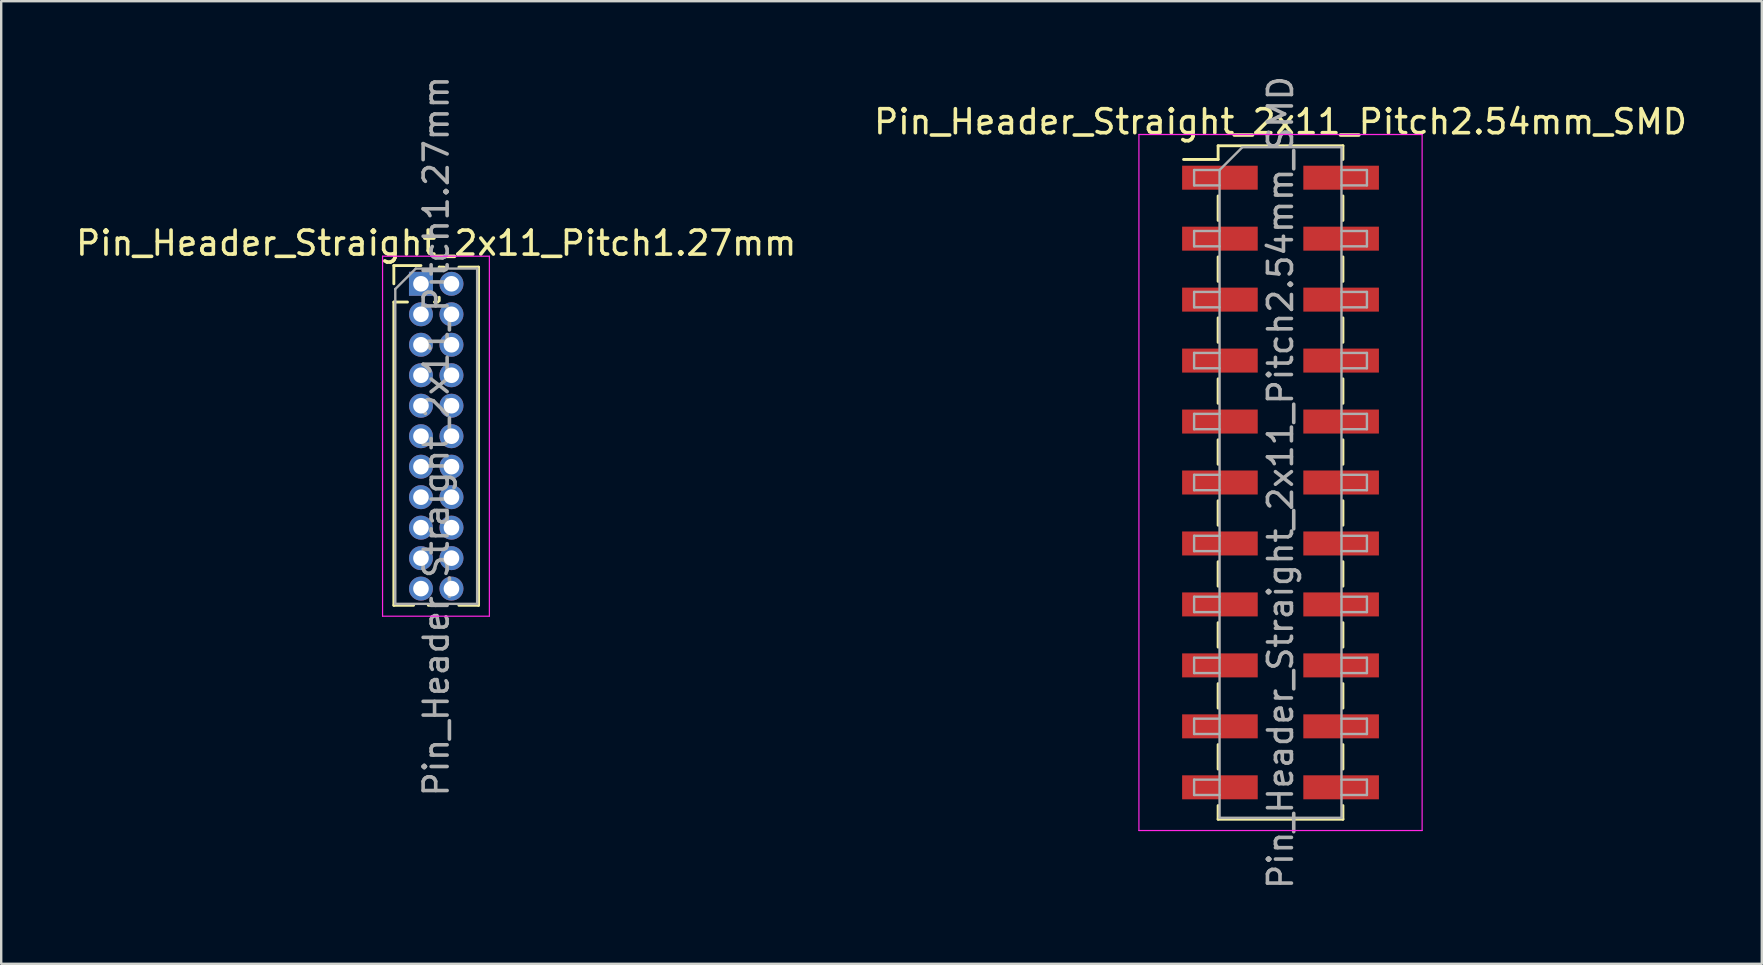
<source format=kicad_pcb>
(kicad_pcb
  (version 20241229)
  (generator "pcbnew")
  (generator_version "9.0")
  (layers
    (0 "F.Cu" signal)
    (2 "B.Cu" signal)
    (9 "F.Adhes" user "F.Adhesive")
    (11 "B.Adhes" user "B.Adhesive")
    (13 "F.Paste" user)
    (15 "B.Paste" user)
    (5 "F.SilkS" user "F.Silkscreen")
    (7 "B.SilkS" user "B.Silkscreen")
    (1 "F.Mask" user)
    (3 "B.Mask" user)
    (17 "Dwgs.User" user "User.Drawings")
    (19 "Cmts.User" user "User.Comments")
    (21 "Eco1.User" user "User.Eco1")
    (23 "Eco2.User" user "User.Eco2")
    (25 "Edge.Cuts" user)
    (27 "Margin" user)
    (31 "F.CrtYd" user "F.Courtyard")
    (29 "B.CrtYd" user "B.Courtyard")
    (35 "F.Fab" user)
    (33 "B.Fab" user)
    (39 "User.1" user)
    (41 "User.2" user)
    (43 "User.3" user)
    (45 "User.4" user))
  (footprint "Pin_Header_Straight_2x11_Pitch2.54mm_SMD"
    (layer "F.Cu")
    (at 50.304 17.054)
    (property "Reference" "Pin_Header_Straight_2x11_Pitch2.54mm_SMD" (at 0 -15.03 0) (layer "F.SilkS") (effects (font (size 1 1) (thickness 0.15))))
    (attr smd)
    (fp_line (start -4.04 -13.46) (end -2.6 -13.46) (stroke (width 0.12) (type solid)) (layer "F.SilkS"))
    (fp_line (start -2.6 -14.03) (end -2.6 -13.46) (stroke (width 0.12) (type solid)) (layer "F.SilkS"))
    (fp_line (start -2.6 -14.03) (end 2.6 -14.03) (stroke (width 0.12) (type solid)) (layer "F.SilkS"))
    (fp_line (start -2.6 -11.94) (end -2.6 -10.92) (stroke (width 0.12) (type solid)) (layer "F.SilkS"))
    (fp_line (start -2.6 -9.4) (end -2.6 -8.38) (stroke (width 0.12) (type solid)) (layer "F.SilkS"))
    (fp_line (start -2.6 -6.86) (end -2.6 -5.84) (stroke (width 0.12) (type solid)) (layer "F.SilkS"))
    (fp_line (start -2.6 -4.32) (end -2.6 -3.3) (stroke (width 0.12) (type solid)) (layer "F.SilkS"))
    (fp_line (start -2.6 -1.78) (end -2.6 -0.76) (stroke (width 0.12) (type solid)) (layer "F.SilkS"))
    (fp_line (start -2.6 0.76) (end -2.6 1.78) (stroke (width 0.12) (type solid)) (layer "F.SilkS"))
    (fp_line (start -2.6 3.3) (end -2.6 4.32) (stroke (width 0.12) (type solid)) (layer "F.SilkS"))
    (fp_line (start -2.6 5.84) (end -2.6 6.86) (stroke (width 0.12) (type solid)) (layer "F.SilkS"))
    (fp_line (start -2.6 8.38) (end -2.6 9.4) (stroke (width 0.12) (type solid)) (layer "F.SilkS"))
    (fp_line (start -2.6 10.92) (end -2.6 11.94) (stroke (width 0.12) (type solid)) (layer "F.SilkS"))
    (fp_line (start -2.6 13.46) (end -2.6 14.03) (stroke (width 0.12) (type solid)) (layer "F.SilkS"))
    (fp_line (start -2.6 14.03) (end 2.6 14.03) (stroke (width 0.12) (type solid)) (layer "F.SilkS"))
    (fp_line (start 2.6 -14.03) (end 2.6 -13.46) (stroke (width 0.12) (type solid)) (layer "F.SilkS"))
    (fp_line (start 2.6 -11.94) (end 2.6 -10.92) (stroke (width 0.12) (type solid)) (layer "F.SilkS"))
    (fp_line (start 2.6 -9.4) (end 2.6 -8.38) (stroke (width 0.12) (type solid)) (layer "F.SilkS"))
    (fp_line (start 2.6 -6.86) (end 2.6 -5.84) (stroke (width 0.12) (type solid)) (layer "F.SilkS"))
    (fp_line (start 2.6 -4.32) (end 2.6 -3.3) (stroke (width 0.12) (type solid)) (layer "F.SilkS"))
    (fp_line (start 2.6 -1.78) (end 2.6 -0.76) (stroke (width 0.12) (type solid)) (layer "F.SilkS"))
    (fp_line (start 2.6 0.76) (end 2.6 1.78) (stroke (width 0.12) (type solid)) (layer "F.SilkS"))
    (fp_line (start 2.6 3.3) (end 2.6 4.32) (stroke (width 0.12) (type solid)) (layer "F.SilkS"))
    (fp_line (start 2.6 5.84) (end 2.6 6.86) (stroke (width 0.12) (type solid)) (layer "F.SilkS"))
    (fp_line (start 2.6 8.38) (end 2.6 9.4) (stroke (width 0.12) (type solid)) (layer "F.SilkS"))
    (fp_line (start 2.6 10.92) (end 2.6 11.94) (stroke (width 0.12) (type solid)) (layer "F.SilkS"))
    (fp_line (start 2.6 13.46) (end 2.6 14.03) (stroke (width 0.12) (type solid)) (layer "F.SilkS"))
    (fp_line (start -5.9 -14.5) (end -5.9 14.5) (stroke (width 0.05) (type solid)) (layer "F.CrtYd"))
    (fp_line (start -5.9 14.5) (end 5.9 14.5) (stroke (width 0.05) (type solid)) (layer "F.CrtYd"))
    (fp_line (start 5.9 -14.5) (end -5.9 -14.5) (stroke (width 0.05) (type solid)) (layer "F.CrtYd"))
    (fp_line (start 5.9 14.5) (end 5.9 -14.5) (stroke (width 0.05) (type solid)) (layer "F.CrtYd"))
    (fp_line (start -3.6 -13.02) (end -3.6 -12.38) (stroke (width 0.1) (type solid)) (layer "F.Fab"))
    (fp_line (start -3.6 -12.38) (end -2.54 -12.38) (stroke (width 0.1) (type solid)) (layer "F.Fab"))
    (fp_line (start -3.6 -10.48) (end -3.6 -9.84) (stroke (width 0.1) (type solid)) (layer "F.Fab"))
    (fp_line (start -3.6 -9.84) (end -2.54 -9.84) (stroke (width 0.1) (type solid)) (layer "F.Fab"))
    (fp_line (start -3.6 -7.94) (end -3.6 -7.3) (stroke (width 0.1) (type solid)) (layer "F.Fab"))
    (fp_line (start -3.6 -7.3) (end -2.54 -7.3) (stroke (width 0.1) (type solid)) (layer "F.Fab"))
    (fp_line (start -3.6 -5.4) (end -3.6 -4.76) (stroke (width 0.1) (type solid)) (layer "F.Fab"))
    (fp_line (start -3.6 -4.76) (end -2.54 -4.76) (stroke (width 0.1) (type solid)) (layer "F.Fab"))
    (fp_line (start -3.6 -2.86) (end -3.6 -2.22) (stroke (width 0.1) (type solid)) (layer "F.Fab"))
    (fp_line (start -3.6 -2.22) (end -2.54 -2.22) (stroke (width 0.1) (type solid)) (layer "F.Fab"))
    (fp_line (start -3.6 -0.32) (end -3.6 0.32) (stroke (width 0.1) (type solid)) (layer "F.Fab"))
    (fp_line (start -3.6 0.32) (end -2.54 0.32) (stroke (width 0.1) (type solid)) (layer "F.Fab"))
    (fp_line (start -3.6 2.22) (end -3.6 2.86) (stroke (width 0.1) (type solid)) (layer "F.Fab"))
    (fp_line (start -3.6 2.86) (end -2.54 2.86) (stroke (width 0.1) (type solid)) (layer "F.Fab"))
    (fp_line (start -3.6 4.76) (end -3.6 5.4) (stroke (width 0.1) (type solid)) (layer "F.Fab"))
    (fp_line (start -3.6 5.4) (end -2.54 5.4) (stroke (width 0.1) (type solid)) (layer "F.Fab"))
    (fp_line (start -3.6 7.3) (end -3.6 7.94) (stroke (width 0.1) (type solid)) (layer "F.Fab"))
    (fp_line (start -3.6 7.94) (end -2.54 7.94) (stroke (width 0.1) (type solid)) (layer "F.Fab"))
    (fp_line (start -3.6 9.84) (end -3.6 10.48) (stroke (width 0.1) (type solid)) (layer "F.Fab"))
    (fp_line (start -3.6 10.48) (end -2.54 10.48) (stroke (width 0.1) (type solid)) (layer "F.Fab"))
    (fp_line (start -3.6 12.38) (end -3.6 13.02) (stroke (width 0.1) (type solid)) (layer "F.Fab"))
    (fp_line (start -3.6 13.02) (end -2.54 13.02) (stroke (width 0.1) (type solid)) (layer "F.Fab"))
    (fp_line (start -2.54 -13.02) (end -3.6 -13.02) (stroke (width 0.1) (type solid)) (layer "F.Fab"))
    (fp_line (start -2.54 -13.02) (end -1.59 -13.97) (stroke (width 0.1) (type solid)) (layer "F.Fab"))
    (fp_line (start -2.54 -10.48) (end -3.6 -10.48) (stroke (width 0.1) (type solid)) (layer "F.Fab"))
    (fp_line (start -2.54 -7.94) (end -3.6 -7.94) (stroke (width 0.1) (type solid)) (layer "F.Fab"))
    (fp_line (start -2.54 -5.4) (end -3.6 -5.4) (stroke (width 0.1) (type solid)) (layer "F.Fab"))
    (fp_line (start -2.54 -2.86) (end -3.6 -2.86) (stroke (width 0.1) (type solid)) (layer "F.Fab"))
    (fp_line (start -2.54 -0.32) (end -3.6 -0.32) (stroke (width 0.1) (type solid)) (layer "F.Fab"))
    (fp_line (start -2.54 2.22) (end -3.6 2.22) (stroke (width 0.1) (type solid)) (layer "F.Fab"))
    (fp_line (start -2.54 4.76) (end -3.6 4.76) (stroke (width 0.1) (type solid)) (layer "F.Fab"))
    (fp_line (start -2.54 7.3) (end -3.6 7.3) (stroke (width 0.1) (type solid)) (layer "F.Fab"))
    (fp_line (start -2.54 9.84) (end -3.6 9.84) (stroke (width 0.1) (type solid)) (layer "F.Fab"))
    (fp_line (start -2.54 12.38) (end -3.6 12.38) (stroke (width 0.1) (type solid)) (layer "F.Fab"))
    (fp_line (start -2.54 13.97) (end -2.54 -13.02) (stroke (width 0.1) (type solid)) (layer "F.Fab"))
    (fp_line (start -1.59 -13.97) (end 2.54 -13.97) (stroke (width 0.1) (type solid)) (layer "F.Fab"))
    (fp_line (start 2.54 -13.97) (end 2.54 13.97) (stroke (width 0.1) (type solid)) (layer "F.Fab"))
    (fp_line (start 2.54 -13.02) (end 3.6 -13.02) (stroke (width 0.1) (type solid)) (layer "F.Fab"))
    (fp_line (start 2.54 -10.48) (end 3.6 -10.48) (stroke (width 0.1) (type solid)) (layer "F.Fab"))
    (fp_line (start 2.54 -7.94) (end 3.6 -7.94) (stroke (width 0.1) (type solid)) (layer "F.Fab"))
    (fp_line (start 2.54 -5.4) (end 3.6 -5.4) (stroke (width 0.1) (type solid)) (layer "F.Fab"))
    (fp_line (start 2.54 -2.86) (end 3.6 -2.86) (stroke (width 0.1) (type solid)) (layer "F.Fab"))
    (fp_line (start 2.54 -0.32) (end 3.6 -0.32) (stroke (width 0.1) (type solid)) (layer "F.Fab"))
    (fp_line (start 2.54 2.22) (end 3.6 2.22) (stroke (width 0.1) (type solid)) (layer "F.Fab"))
    (fp_line (start 2.54 4.76) (end 3.6 4.76) (stroke (width 0.1) (type solid)) (layer "F.Fab"))
    (fp_line (start 2.54 7.3) (end 3.6 7.3) (stroke (width 0.1) (type solid)) (layer "F.Fab"))
    (fp_line (start 2.54 9.84) (end 3.6 9.84) (stroke (width 0.1) (type solid)) (layer "F.Fab"))
    (fp_line (start 2.54 12.38) (end 3.6 12.38) (stroke (width 0.1) (type solid)) (layer "F.Fab"))
    (fp_line (start 2.54 13.97) (end -2.54 13.97) (stroke (width 0.1) (type solid)) (layer "F.Fab"))
    (fp_line (start 3.6 -13.02) (end 3.6 -12.38) (stroke (width 0.1) (type solid)) (layer "F.Fab"))
    (fp_line (start 3.6 -12.38) (end 2.54 -12.38) (stroke (width 0.1) (type solid)) (layer "F.Fab"))
    (fp_line (start 3.6 -10.48) (end 3.6 -9.84) (stroke (width 0.1) (type solid)) (layer "F.Fab"))
    (fp_line (start 3.6 -9.84) (end 2.54 -9.84) (stroke (width 0.1) (type solid)) (layer "F.Fab"))
    (fp_line (start 3.6 -7.94) (end 3.6 -7.3) (stroke (width 0.1) (type solid)) (layer "F.Fab"))
    (fp_line (start 3.6 -7.3) (end 2.54 -7.3) (stroke (width 0.1) (type solid)) (layer "F.Fab"))
    (fp_line (start 3.6 -5.4) (end 3.6 -4.76) (stroke (width 0.1) (type solid)) (layer "F.Fab"))
    (fp_line (start 3.6 -4.76) (end 2.54 -4.76) (stroke (width 0.1) (type solid)) (layer "F.Fab"))
    (fp_line (start 3.6 -2.86) (end 3.6 -2.22) (stroke (width 0.1) (type solid)) (layer "F.Fab"))
    (fp_line (start 3.6 -2.22) (end 2.54 -2.22) (stroke (width 0.1) (type solid)) (layer "F.Fab"))
    (fp_line (start 3.6 -0.32) (end 3.6 0.32) (stroke (width 0.1) (type solid)) (layer "F.Fab"))
    (fp_line (start 3.6 0.32) (end 2.54 0.32) (stroke (width 0.1) (type solid)) (layer "F.Fab"))
    (fp_line (start 3.6 2.22) (end 3.6 2.86) (stroke (width 0.1) (type solid)) (layer "F.Fab"))
    (fp_line (start 3.6 2.86) (end 2.54 2.86) (stroke (width 0.1) (type solid)) (layer "F.Fab"))
    (fp_line (start 3.6 4.76) (end 3.6 5.4) (stroke (width 0.1) (type solid)) (layer "F.Fab"))
    (fp_line (start 3.6 5.4) (end 2.54 5.4) (stroke (width 0.1) (type solid)) (layer "F.Fab"))
    (fp_line (start 3.6 7.3) (end 3.6 7.94) (stroke (width 0.1) (type solid)) (layer "F.Fab"))
    (fp_line (start 3.6 7.94) (end 2.54 7.94) (stroke (width 0.1) (type solid)) (layer "F.Fab"))
    (fp_line (start 3.6 9.84) (end 3.6 10.48) (stroke (width 0.1) (type solid)) (layer "F.Fab"))
    (fp_line (start 3.6 10.48) (end 2.54 10.48) (stroke (width 0.1) (type solid)) (layer "F.Fab"))
    (fp_line (start 3.6 12.38) (end 3.6 13.02) (stroke (width 0.1) (type solid)) (layer "F.Fab"))
    (fp_line (start 3.6 13.02) (end 2.54 13.02) (stroke (width 0.1) (type solid)) (layer "F.Fab"))
    (fp_text user "${REFERENCE}" (at 0 0 90) (layer "F.Fab") (effects (font (size 1 1) (thickness 0.15))))
    (pad "1" smd rect (at -2.525 -12.7) (size 3.15 1) (layers "F.Cu" "F.Mask" "F.Paste"))
    (pad "2" smd rect (at 2.525 -12.7) (size 3.15 1) (layers "F.Cu" "F.Mask" "F.Paste"))
    (pad "3" smd rect (at -2.525 -10.16) (size 3.15 1) (layers "F.Cu" "F.Mask" "F.Paste"))
    (pad "4" smd rect (at 2.525 -10.16) (size 3.15 1) (layers "F.Cu" "F.Mask" "F.Paste"))
    (pad "5" smd rect (at -2.525 -7.62) (size 3.15 1) (layers "F.Cu" "F.Mask" "F.Paste"))
    (pad "6" smd rect (at 2.525 -7.62) (size 3.15 1) (layers "F.Cu" "F.Mask" "F.Paste"))
    (pad "7" smd rect (at -2.525 -5.08) (size 3.15 1) (layers "F.Cu" "F.Mask" "F.Paste"))
    (pad "8" smd rect (at 2.525 -5.08) (size 3.15 1) (layers "F.Cu" "F.Mask" "F.Paste"))
    (pad "9" smd rect (at -2.525 -2.54) (size 3.15 1) (layers "F.Cu" "F.Mask" "F.Paste"))
    (pad "10" smd rect (at 2.525 -2.54) (size 3.15 1) (layers "F.Cu" "F.Mask" "F.Paste"))
    (pad "11" smd rect (at -2.525 0) (size 3.15 1) (layers "F.Cu" "F.Mask" "F.Paste"))
    (pad "12" smd rect (at 2.525 0) (size 3.15 1) (layers "F.Cu" "F.Mask" "F.Paste"))
    (pad "13" smd rect (at -2.525 2.54) (size 3.15 1) (layers "F.Cu" "F.Mask" "F.Paste"))
    (pad "14" smd rect (at 2.525 2.54) (size 3.15 1) (layers "F.Cu" "F.Mask" "F.Paste"))
    (pad "15" smd rect (at -2.525 5.08) (size 3.15 1) (layers "F.Cu" "F.Mask" "F.Paste"))
    (pad "16" smd rect (at 2.525 5.08) (size 3.15 1) (layers "F.Cu" "F.Mask" "F.Paste"))
    (pad "17" smd rect (at -2.525 7.62) (size 3.15 1) (layers "F.Cu" "F.Mask" "F.Paste"))
    (pad "18" smd rect (at 2.525 7.62) (size 3.15 1) (layers "F.Cu" "F.Mask" "F.Paste"))
    (pad "19" smd rect (at -2.525 10.16) (size 3.15 1) (layers "F.Cu" "F.Mask" "F.Paste"))
    (pad "20" smd rect (at 2.525 10.16) (size 3.15 1) (layers "F.Cu" "F.Mask" "F.Paste"))
    (pad "21" smd rect (at -2.525 12.7) (size 3.15 1) (layers "F.Cu" "F.Mask" "F.Paste"))
    (pad "22" smd rect (at 2.525 12.7) (size 3.15 1) (layers "F.Cu" "F.Mask" "F.Paste")))
  (footprint "Pin_Header_Straight_2x11_Pitch1.27mm"
    (layer "F.Cu")
    (at 14.49 8.775)
    (property "Reference" "Pin_Header_Straight_2x11_Pitch1.27mm" (at 0.635 -1.695 0) (layer "F.SilkS") (effects (font (size 1 1) (thickness 0.15))))
    (attr through_hole)
    (fp_line (start -1.13 -0.76) (end 0 -0.76) (stroke (width 0.12) (type solid)) (layer "F.SilkS"))
    (fp_line (start -1.13 0) (end -1.13 -0.76) (stroke (width 0.12) (type solid)) (layer "F.SilkS"))
    (fp_line (start -1.13 0.76) (end -1.13 13.395) (stroke (width 0.12) (type solid)) (layer "F.SilkS"))
    (fp_line (start -1.13 0.76) (end -0.563 0.76) (stroke (width 0.12) (type solid)) (layer "F.SilkS"))
    (fp_line (start -1.13 13.395) (end -0.308 13.395) (stroke (width 0.12) (type solid)) (layer "F.SilkS"))
    (fp_line (start 0.308 13.395) (end 0.962 13.395) (stroke (width 0.12) (type solid)) (layer "F.SilkS"))
    (fp_line (start 0.563 0.76) (end 0.707 0.76) (stroke (width 0.12) (type solid)) (layer "F.SilkS"))
    (fp_line (start 0.76 -0.695) (end 0.962 -0.695) (stroke (width 0.12) (type solid)) (layer "F.SilkS"))
    (fp_line (start 0.76 -0.563) (end 0.76 -0.695) (stroke (width 0.12) (type solid)) (layer "F.SilkS"))
    (fp_line (start 0.76 0.707) (end 0.76 0.563) (stroke (width 0.12) (type solid)) (layer "F.SilkS"))
    (fp_line (start 1.578 -0.695) (end 2.4 -0.695) (stroke (width 0.12) (type solid)) (layer "F.SilkS"))
    (fp_line (start 1.578 13.395) (end 2.4 13.395) (stroke (width 0.12) (type solid)) (layer "F.SilkS"))
    (fp_line (start 2.4 -0.695) (end 2.4 13.395) (stroke (width 0.12) (type solid)) (layer "F.SilkS"))
    (fp_line (start -1.6 -1.15) (end -1.6 13.85) (stroke (width 0.05) (type solid)) (layer "F.CrtYd"))
    (fp_line (start -1.6 13.85) (end 2.85 13.85) (stroke (width 0.05) (type solid)) (layer "F.CrtYd"))
    (fp_line (start 2.85 -1.15) (end -1.6 -1.15) (stroke (width 0.05) (type solid)) (layer "F.CrtYd"))
    (fp_line (start 2.85 13.85) (end 2.85 -1.15) (stroke (width 0.05) (type solid)) (layer "F.CrtYd"))
    (fp_line (start -1.07 0.217) (end -0.217 -0.635) (stroke (width 0.1) (type solid)) (layer "F.Fab"))
    (fp_line (start -1.07 13.335) (end -1.07 0.217) (stroke (width 0.1) (type solid)) (layer "F.Fab"))
    (fp_line (start -0.217 -0.635) (end 2.34 -0.635) (stroke (width 0.1) (type solid)) (layer "F.Fab"))
    (fp_line (start 2.34 -0.635) (end 2.34 13.335) (stroke (width 0.1) (type solid)) (layer "F.Fab"))
    (fp_line (start 2.34 13.335) (end -1.07 13.335) (stroke (width 0.1) (type solid)) (layer "F.Fab"))
    (fp_text user "${REFERENCE}" (at 0.635 6.35 90) (layer "F.Fab") (effects (font (size 1 1) (thickness 0.15))))
    (pad "1" thru_hole rect (at 0 0) (size 1 1) (drill 0.65) (layers "*.Cu" "*.Mask"))
    (pad "2" thru_hole oval (at 1.27 0) (size 1 1) (drill 0.65) (layers "*.Cu" "*.Mask"))
    (pad "3" thru_hole oval (at 0 1.27) (size 1 1) (drill 0.65) (layers "*.Cu" "*.Mask"))
    (pad "4" thru_hole oval (at 1.27 1.27) (size 1 1) (drill 0.65) (layers "*.Cu" "*.Mask"))
    (pad "5" thru_hole oval (at 0 2.54) (size 1 1) (drill 0.65) (layers "*.Cu" "*.Mask"))
    (pad "6" thru_hole oval (at 1.27 2.54) (size 1 1) (drill 0.65) (layers "*.Cu" "*.Mask"))
    (pad "7" thru_hole oval (at 0 3.81) (size 1 1) (drill 0.65) (layers "*.Cu" "*.Mask"))
    (pad "8" thru_hole oval (at 1.27 3.81) (size 1 1) (drill 0.65) (layers "*.Cu" "*.Mask"))
    (pad "9" thru_hole oval (at 0 5.08) (size 1 1) (drill 0.65) (layers "*.Cu" "*.Mask"))
    (pad "10" thru_hole oval (at 1.27 5.08) (size 1 1) (drill 0.65) (layers "*.Cu" "*.Mask"))
    (pad "11" thru_hole oval (at 0 6.35) (size 1 1) (drill 0.65) (layers "*.Cu" "*.Mask"))
    (pad "12" thru_hole oval (at 1.27 6.35) (size 1 1) (drill 0.65) (layers "*.Cu" "*.Mask"))
    (pad "13" thru_hole oval (at 0 7.62) (size 1 1) (drill 0.65) (layers "*.Cu" "*.Mask"))
    (pad "14" thru_hole oval (at 1.27 7.62) (size 1 1) (drill 0.65) (layers "*.Cu" "*.Mask"))
    (pad "15" thru_hole oval (at 0 8.89) (size 1 1) (drill 0.65) (layers "*.Cu" "*.Mask"))
    (pad "16" thru_hole oval (at 1.27 8.89) (size 1 1) (drill 0.65) (layers "*.Cu" "*.Mask"))
    (pad "17" thru_hole oval (at 0 10.16) (size 1 1) (drill 0.65) (layers "*.Cu" "*.Mask"))
    (pad "18" thru_hole oval (at 1.27 10.16) (size 1 1) (drill 0.65) (layers "*.Cu" "*.Mask"))
    (pad "19" thru_hole oval (at 0 11.43) (size 1 1) (drill 0.65) (layers "*.Cu" "*.Mask"))
    (pad "20" thru_hole oval (at 1.27 11.43) (size 1 1) (drill 0.65) (layers "*.Cu" "*.Mask"))
    (pad "21" thru_hole oval (at 0 12.7) (size 1 1) (drill 0.65) (layers "*.Cu" "*.Mask"))
    (pad "22" thru_hole oval (at 1.27 12.7) (size 1 1) (drill 0.65) (layers "*.Cu" "*.Mask")))
  (gr_rect
    (start -3 -3)
    (end 70.357 37.107)
    (stroke (width 0.1) (type default))
    (fill no)
    (layer "Edge.Cuts")))
</source>
